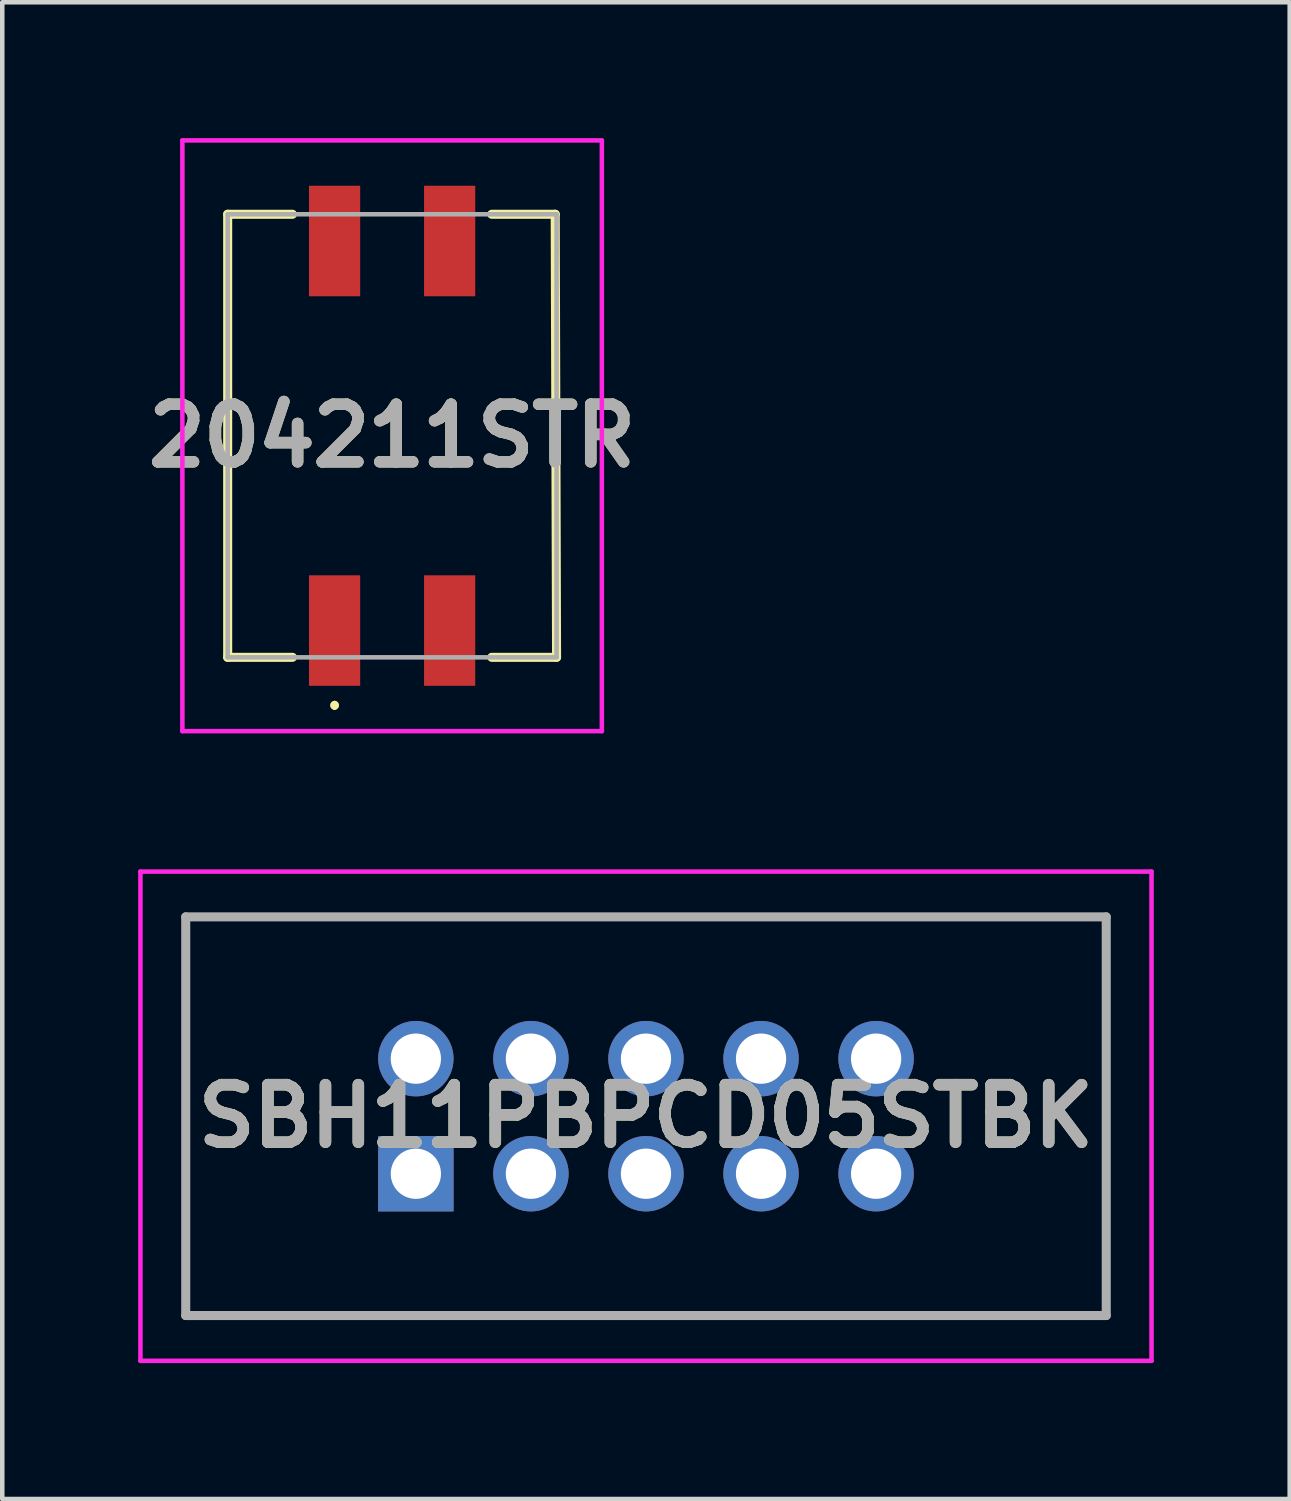
<source format=kicad_pcb>
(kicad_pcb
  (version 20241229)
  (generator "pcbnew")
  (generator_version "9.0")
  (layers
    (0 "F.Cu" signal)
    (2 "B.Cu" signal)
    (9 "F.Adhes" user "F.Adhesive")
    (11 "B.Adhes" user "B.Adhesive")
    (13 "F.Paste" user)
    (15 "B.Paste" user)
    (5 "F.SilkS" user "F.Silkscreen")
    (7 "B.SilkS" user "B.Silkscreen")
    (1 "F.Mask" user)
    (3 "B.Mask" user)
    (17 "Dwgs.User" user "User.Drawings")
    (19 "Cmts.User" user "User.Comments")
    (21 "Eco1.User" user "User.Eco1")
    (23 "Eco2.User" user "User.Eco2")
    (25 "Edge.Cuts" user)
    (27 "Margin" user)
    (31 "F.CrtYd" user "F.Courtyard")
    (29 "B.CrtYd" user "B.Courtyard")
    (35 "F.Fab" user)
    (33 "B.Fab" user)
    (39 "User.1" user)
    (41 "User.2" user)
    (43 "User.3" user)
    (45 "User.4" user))
  (footprint "SBH11PBPCD05STBK"
    (layer "F.Cu")
    (at 6.13 22.86)
    (property "Reference" "SBH11PBPCD05STBK" (at 5.08 -1.27 0) (layer "F.SilkS") (effects (font (size 1.27 1.27) (thickness 0.254))))
    (attr through_hole)
    (fp_line (start -5.08 -5.67) (end 15.24 -5.67) (stroke (width 0.1) (type solid)) (layer "F.SilkS"))
    (fp_line (start -5.08 3.13) (end -5.08 -5.67) (stroke (width 0.1) (type solid)) (layer "F.SilkS"))
    (fp_line (start 15.24 -5.67) (end 15.24 3.13) (stroke (width 0.1) (type solid)) (layer "F.SilkS"))
    (fp_line (start 15.24 3.13) (end -5.08 3.13) (stroke (width 0.1) (type solid)) (layer "F.SilkS"))
    (fp_line (start -6.08 -6.67) (end 16.24 -6.67) (stroke (width 0.1) (type solid)) (layer "F.CrtYd"))
    (fp_line (start -6.08 4.13) (end -6.08 -6.67) (stroke (width 0.1) (type solid)) (layer "F.CrtYd"))
    (fp_line (start 16.24 -6.67) (end 16.24 4.13) (stroke (width 0.1) (type solid)) (layer "F.CrtYd"))
    (fp_line (start 16.24 4.13) (end -6.08 4.13) (stroke (width 0.1) (type solid)) (layer "F.CrtYd"))
    (fp_line (start -5.08 -5.67) (end 15.24 -5.67) (stroke (width 0.2) (type solid)) (layer "F.Fab"))
    (fp_line (start -5.08 3.13) (end -5.08 -5.67) (stroke (width 0.2) (type solid)) (layer "F.Fab"))
    (fp_line (start 15.24 -5.67) (end 15.24 3.13) (stroke (width 0.2) (type solid)) (layer "F.Fab"))
    (fp_line (start 15.24 3.13) (end -5.08 3.13) (stroke (width 0.2) (type solid)) (layer "F.Fab"))
    (fp_text user "${REFERENCE}" (at 5.08 -1.27 0) (layer "F.Fab") (effects (font (size 1.27 1.27) (thickness 0.254))))
    (pad "1" thru_hole rect (at 0 0) (size 1.665 1.665) (drill 1.11) (layers "*.Cu" "*.Mask"))
    (pad "2" thru_hole circle (at 0 -2.54) (size 1.665 1.665) (drill 1.11) (layers "*.Cu" "*.Mask"))
    (pad "3" thru_hole circle (at 2.54 0) (size 1.665 1.665) (drill 1.11) (layers "*.Cu" "*.Mask"))
    (pad "4" thru_hole circle (at 2.54 -2.54) (size 1.665 1.665) (drill 1.11) (layers "*.Cu" "*.Mask"))
    (pad "5" thru_hole circle (at 5.08 0) (size 1.665 1.665) (drill 1.11) (layers "*.Cu" "*.Mask"))
    (pad "6" thru_hole circle (at 5.08 -2.54) (size 1.665 1.665) (drill 1.11) (layers "*.Cu" "*.Mask"))
    (pad "7" thru_hole circle (at 7.62 0) (size 1.665 1.665) (drill 1.11) (layers "*.Cu" "*.Mask"))
    (pad "8" thru_hole circle (at 7.62 -2.54) (size 1.665 1.665) (drill 1.11) (layers "*.Cu" "*.Mask"))
    (pad "9" thru_hole circle (at 10.16 0) (size 1.665 1.665) (drill 1.11) (layers "*.Cu" "*.Mask"))
    (pad "10" thru_hole circle (at 10.16 -2.54) (size 1.665 1.665) (drill 1.11) (layers "*.Cu" "*.Mask")))
  (footprint "204211STR"
    (layer "F.Cu")
    (at 5.606 6.57)
    (property "Reference" "204211STR" (at 0 0 0) (layer "F.SilkS") (effects (font (size 1.27 1.27) (thickness 0.254))))
    (attr smd)
    (fp_line (start -3.63 -4.89) (end -2.2 -4.89) (stroke (width 0.2) (type solid)) (layer "F.SilkS"))
    (fp_line (start -3.63 4.89) (end -3.63 -4.89) (stroke (width 0.2) (type solid)) (layer "F.SilkS"))
    (fp_line (start -2.2 4.89) (end -3.63 4.89) (stroke (width 0.2) (type solid)) (layer "F.SilkS"))
    (fp_line (start -1.27 5.9) (end -1.27 5.9) (stroke (width 0.1) (type solid)) (layer "F.SilkS"))
    (fp_line (start -1.27 6) (end -1.27 6) (stroke (width 0.1) (type solid)) (layer "F.SilkS"))
    (fp_line (start 2.2 -4.89) (end 3.6 -4.89) (stroke (width 0.2) (type solid)) (layer "F.SilkS"))
    (fp_line (start 3.6 -4.89) (end 3.63 4.89) (stroke (width 0.2) (type solid)) (layer "F.SilkS"))
    (fp_line (start 3.63 4.89) (end 2.2 4.89) (stroke (width 0.2) (type solid)) (layer "F.SilkS"))
    (fp_arc (start -1.27 5.9) (mid -1.22 5.95) (end -1.27 6) (stroke (width 0.1) (type solid)) (layer "F.SilkS"))
    (fp_arc (start -1.27 6) (mid -1.32 5.95) (end -1.27 5.9) (stroke (width 0.1) (type solid)) (layer "F.SilkS"))
    (fp_line (start -4.63 -6.52) (end 4.63 -6.52) (stroke (width 0.1) (type solid)) (layer "F.CrtYd"))
    (fp_line (start -4.63 6.52) (end -4.63 -6.52) (stroke (width 0.1) (type solid)) (layer "F.CrtYd"))
    (fp_line (start 4.63 -6.52) (end 4.63 6.52) (stroke (width 0.1) (type solid)) (layer "F.CrtYd"))
    (fp_line (start 4.63 6.52) (end -4.63 6.52) (stroke (width 0.1) (type solid)) (layer "F.CrtYd"))
    (fp_line (start -3.63 -4.89) (end 3.63 -4.89) (stroke (width 0.1) (type solid)) (layer "F.Fab"))
    (fp_line (start -3.63 4.89) (end -3.63 -4.89) (stroke (width 0.1) (type solid)) (layer "F.Fab"))
    (fp_line (start 3.63 -4.89) (end 3.63 4.89) (stroke (width 0.1) (type solid)) (layer "F.Fab"))
    (fp_line (start 3.63 4.89) (end -3.63 4.89) (stroke (width 0.1) (type solid)) (layer "F.Fab"))
    (fp_text user "${REFERENCE}" (at 0 0 0) (layer "F.Fab") (effects (font (size 1.27 1.27) (thickness 0.254))))
    (pad "1" smd rect (at -1.27 4.3) (size 1.13 2.44) (layers "F.Cu" "F.Mask" "F.Paste"))
    (pad "2" smd rect (at 1.27 4.3) (size 1.13 2.44) (layers "F.Cu" "F.Mask" "F.Paste"))
    (pad "3" smd rect (at 1.27 -4.3) (size 1.13 2.44) (layers "F.Cu" "F.Mask" "F.Paste"))
    (pad "4" smd rect (at -1.27 -4.3) (size 1.13 2.44) (layers "F.Cu" "F.Mask" "F.Paste")))
  (gr_rect
    (start -3 -3)
    (end 25.42 30.04)
    (stroke (width 0.1) (type default))
    (fill no)
    (layer "Edge.Cuts")))
</source>
